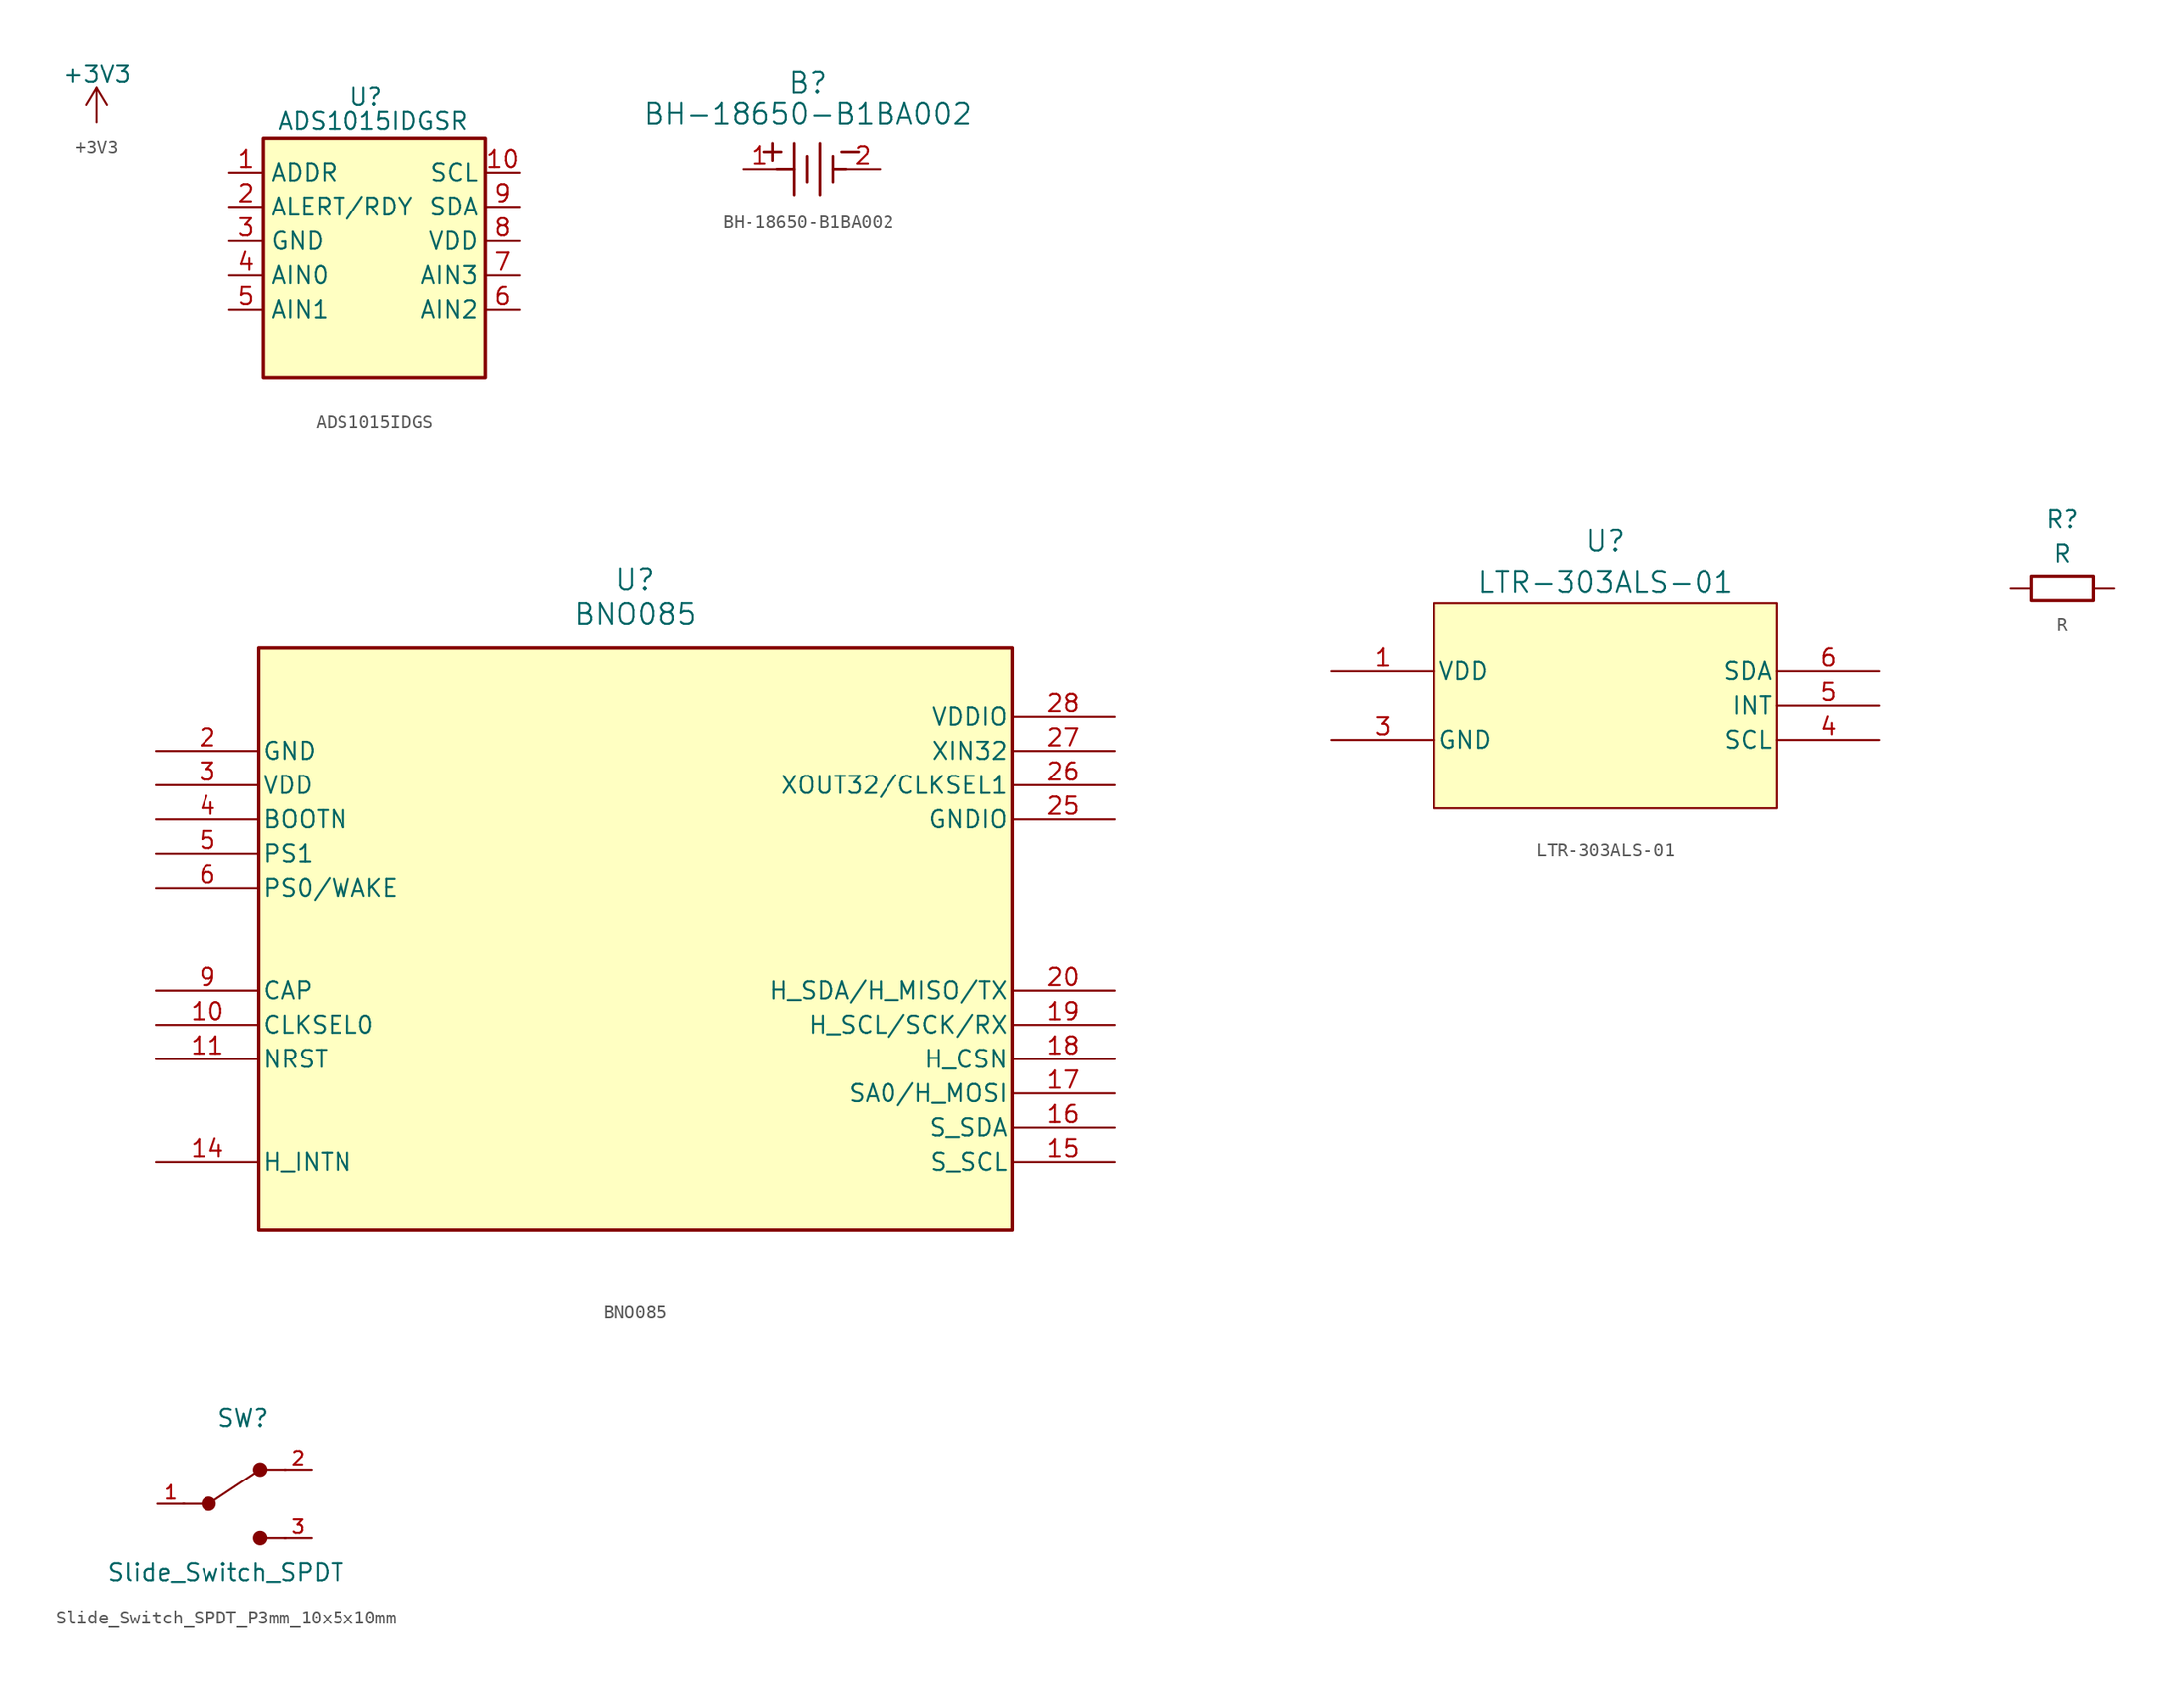
<source format=kicad_sym>
(kicad_symbol_lib
  (version 20231120)
  (generator "kicad_symbol_editor")
  (generator_version "8.0")
  (symbol "+3V3"
    (power)
    (pin_numbers hide)
    (pin_names
      (offset 0) hide)
    (property "Reference" "#PWR"
      (at 0 5.588 0)
      (effects (font (size 1.27 1.27)) (hide yes)))
    (property "Value" "+3V3"
      (at 0 3.556 0)
      (effects (font (size 1.27 1.27))))
    (symbol "+3V3_0_1"
      (polyline (pts (xy -0.762 1.27) (xy 0 2.54)) (stroke (width 0) (type default)) (fill (type none)))
      (polyline (pts (xy 0 0) (xy 0 2.54)) (stroke (width 0) (type default)) (fill (type none)))
      (polyline (pts (xy 0 2.54) (xy 0.762 1.27)) (stroke (width 0) (type default)) (fill (type none))))
    (symbol "+3V3_1_1"
      (pin power_in line (at 0 0 90) (length 0) (name "~" (effects (font (size 1.27 1.27)))) (number "1" (effects (font (size 1.27 1.27)))))))
  (symbol "ADS1015IDGS"
    (property "Reference" "U"
      (at 0 13.208 0)
      (effects (font (size 1.27 1.27))))
    (property "Value" "ADS1015IDGSR"
      (at 0.508 11.43 0)
      (effects (font (size 1.27 1.27))))
    (symbol "ADS1015IDGS_0_1"
      (rectangle (start -7.62 10.16) (end 8.89 -7.62) (stroke (width 0.254) (type default)) (fill (type background))))
    (symbol "ADS1015IDGS_1_1"
      (pin input line (at -10.16 7.62 0) (length 2.54) (name "ADDR" (effects (font (size 1.27 1.27)))) (number "1" (effects (font (size 1.27 1.27)))))
      (pin input line (at 11.43 7.62 180) (length 2.54) (name "SCL" (effects (font (size 1.27 1.27)))) (number "10" (effects (font (size 1.27 1.27)))))
      (pin output line (at -10.16 5.08 0) (length 2.54) (name "ALERT/RDY" (effects (font (size 1.27 1.27)))) (number "2" (effects (font (size 1.27 1.27)))))
      (pin power_in line (at -10.16 2.54 0) (length 2.54) (name "GND" (effects (font (size 1.27 1.27)))) (number "3" (effects (font (size 1.27 1.27)))))
      (pin input line (at -10.16 0 0) (length 2.54) (name "AIN0" (effects (font (size 1.27 1.27)))) (number "4" (effects (font (size 1.27 1.27)))))
      (pin input line (at -10.16 -2.54 0) (length 2.54) (name "AIN1" (effects (font (size 1.27 1.27)))) (number "5" (effects (font (size 1.27 1.27)))))
      (pin input line (at 11.43 -2.54 180) (length 2.54) (name "AIN2" (effects (font (size 1.27 1.27)))) (number "6" (effects (font (size 1.27 1.27)))))
      (pin input line (at 11.43 0 180) (length 2.54) (name "AIN3" (effects (font (size 1.27 1.27)))) (number "7" (effects (font (size 1.27 1.27)))))
      (pin power_in line (at 11.43 2.54 180) (length 2.54) (name "VDD" (effects (font (size 1.27 1.27)))) (number "8" (effects (font (size 1.27 1.27)))))
      (pin bidirectional line (at 11.43 5.08 180) (length 2.54) (name "SDA" (effects (font (size 1.27 1.27)))) (number "9" (effects (font (size 1.27 1.27)))))))
  (symbol "BH-18650-B1BA002"
    (pin_names
      (offset 0.254))
    (property "Reference" "B"
      (at 4.826 6.35 0)
      (effects (font (size 1.524 1.524))))
    (property "Value" "BH-18650-B1BA002"
      (at 4.826 4.064 0)
      (effects (font (size 1.524 1.524))))
    (symbol "BH-18650-B1BA002_0_1"
      (polyline (pts (xy 1.587 1.27) (xy 2.857 1.27)) (stroke (width 0.203) (type default)) (fill (type none)))
      (polyline (pts (xy 2.223 0.635) (xy 2.223 1.905)) (stroke (width 0.203) (type default)) (fill (type none)))
      (polyline (pts (xy 2.54 0) (xy 3.81 0)) (stroke (width 0.203) (type default)) (fill (type none)))
      (polyline (pts (xy 3.81 -1.905) (xy 3.81 1.905)) (stroke (width 0.203) (type default)) (fill (type none)))
      (polyline (pts (xy 4.763 0.953) (xy 4.763 -0.953)) (stroke (width 0.203) (type default)) (fill (type none)))
      (polyline (pts (xy 5.715 -1.905) (xy 5.715 1.905)) (stroke (width 0.203) (type default)) (fill (type none)))
      (polyline (pts (xy 6.668 0) (xy 7.62 0)) (stroke (width 0.203) (type default)) (fill (type none)))
      (polyline (pts (xy 6.668 0.953) (xy 6.668 -0.953)) (stroke (width 0.203) (type default)) (fill (type none)))
      (polyline (pts (xy 7.303 1.27) (xy 8.572 1.27)) (stroke (width 0.203) (type default)) (fill (type none))))
    (symbol "BH-18650-B1BA002_1_1"
      (pin passive line (at 0 0 0) (length 2.54) (name "" (effects (font (size 1.27 1.27)))) (number "1" (effects (font (size 1.27 1.27)))))
      (pin passive line (at 10.16 0 180) (length 2.54) (name "" (effects (font (size 1.27 1.27)))) (number "2" (effects (font (size 1.27 1.27)))))))
  (symbol "BNO085"
    (pin_names
      (offset 0.254))
    (property "Reference" "U"
      (at 35.56 10.16 0)
      (effects (font (size 1.524 1.524))))
    (property "Value" "BNO085"
      (at 35.56 7.62 0)
      (effects (font (size 1.524 1.524))))
    (symbol "BNO085_0_1"
      (rectangle (start 7.62 5.08) (end 63.5 -38.1) (stroke (width 0.254) (type default)) (fill (type background)))
      (pin input line (at 0 -22.86 0) (length 7.62) (name "CLKSEL0" (effects (font (size 1.27 1.27)))) (number "10" (effects (font (size 1.27 1.27)))))
      (pin input line (at 0 -25.4 0) (length 7.62) (name "NRST" (effects (font (size 1.27 1.27)))) (number "11" (effects (font (size 1.27 1.27)))))
      (pin output line (at 0 -33.02 0) (length 7.62) (name "H_INTN" (effects (font (size 1.27 1.27)))) (number "14" (effects (font (size 1.27 1.27)))))
      (pin input line (at 71.12 -27.94 180) (length 7.62) (name "SA0/H_MOSI" (effects (font (size 1.27 1.27)))) (number "17" (effects (font (size 1.27 1.27)))))
      (pin input line (at 71.12 -25.4 180) (length 7.62) (name "H_CSN" (effects (font (size 1.27 1.27)))) (number "18" (effects (font (size 1.27 1.27)))))
      (pin bidirectional line (at 71.12 -22.86 180) (length 7.62) (name "H_SCL/SCK/RX" (effects (font (size 1.27 1.27)))) (number "19" (effects (font (size 1.27 1.27)))))
      (pin bidirectional line (at 71.12 -20.32 180) (length 7.62) (name "H_SDA/H_MISO/TX" (effects (font (size 1.27 1.27)))) (number "20" (effects (font (size 1.27 1.27)))))
      (pin output line (at 71.12 -5.08 180) (length 7.62) (name "XOUT32/CLKSEL1" (effects (font (size 1.27 1.27)))) (number "26" (effects (font (size 1.27 1.27)))))
      (pin input line (at 71.12 -2.54 180) (length 7.62) (name "XIN32" (effects (font (size 1.27 1.27)))) (number "27" (effects (font (size 1.27 1.27)))))
      (pin power_in line (at 71.12 0 180) (length 7.62) (name "VDDIO" (effects (font (size 1.27 1.27)))) (number "28" (effects (font (size 1.27 1.27)))))
      (pin power_in line (at 0 -5.08 0) (length 7.62) (name "VDD" (effects (font (size 1.27 1.27)))) (number "3" (effects (font (size 1.27 1.27)))))
      (pin input line (at 0 -7.62 0) (length 7.62) (name "BOOTN" (effects (font (size 1.27 1.27)))) (number "4" (effects (font (size 1.27 1.27)))))
      (pin input line (at 0 -10.16 0) (length 7.62) (name "PS1" (effects (font (size 1.27 1.27)))) (number "5" (effects (font (size 1.27 1.27)))))
      (pin input line (at 0 -12.7 0) (length 7.62) (name "PS0/WAKE" (effects (font (size 1.27 1.27)))) (number "6" (effects (font (size 1.27 1.27))))))
    (symbol "BNO085_1_1"
      (pin no_connect line (at 0 0 0) (length 7.62) hide (name "RESV_NC" (effects (font (size 1.27 1.27)))) (number "1" (effects (font (size 1.27 1.27)))))
      (pin no_connect line (at 0 -27.94 0) (length 7.62) hide (name "RESV_NC" (effects (font (size 1.27 1.27)))) (number "12" (effects (font (size 1.27 1.27)))))
      (pin no_connect line (at 0 -30.48 0) (length 7.62) hide (name "RESV_NC" (effects (font (size 1.27 1.27)))) (number "13" (effects (font (size 1.27 1.27)))))
      (pin bidirectional line (at 71.12 -33.02 180) (length 7.62) (name "S_SCL" (effects (font (size 1.27 1.27)))) (number "15" (effects (font (size 1.27 1.27)))))
      (pin bidirectional line (at 71.12 -30.48 180) (length 7.62) (name "S_SDA" (effects (font (size 1.27 1.27)))) (number "16" (effects (font (size 1.27 1.27)))))
      (pin power_in line (at 0 -2.54 0) (length 7.62) (name "GND" (effects (font (size 1.27 1.27)))) (number "2" (effects (font (size 1.27 1.27)))))
      (pin no_connect line (at 71.12 -17.78 180) (length 7.62) hide (name "RESV_NC" (effects (font (size 1.27 1.27)))) (number "21" (effects (font (size 1.27 1.27)))))
      (pin no_connect line (at 71.12 -15.24 180) (length 7.62) hide (name "RESV_NC" (effects (font (size 1.27 1.27)))) (number "22" (effects (font (size 1.27 1.27)))))
      (pin no_connect line (at 71.12 -12.7 180) (length 7.62) hide (name "RESV_NC" (effects (font (size 1.27 1.27)))) (number "23" (effects (font (size 1.27 1.27)))))
      (pin no_connect line (at 71.12 -10.16 180) (length 7.62) hide (name "RESV_NC" (effects (font (size 1.27 1.27)))) (number "24" (effects (font (size 1.27 1.27)))))
      (pin power_in line (at 71.12 -7.62 180) (length 7.62) (name "GNDIO" (effects (font (size 1.27 1.27)))) (number "25" (effects (font (size 1.27 1.27)))))
      (pin no_connect line (at 0 -15.24 0) (length 7.62) hide (name "RESV_NC" (effects (font (size 1.27 1.27)))) (number "7" (effects (font (size 1.27 1.27)))))
      (pin no_connect line (at 0 -17.78 0) (length 7.62) hide (name "RESV_NC" (effects (font (size 1.27 1.27)))) (number "8" (effects (font (size 1.27 1.27)))))
      (pin power_out line (at 0 -20.32 0) (length 7.62) (name "CAP" (effects (font (size 1.27 1.27)))) (number "9" (effects (font (size 1.27 1.27)))))))
  (symbol "LTR-303ALS-01"
    (pin_names
      (offset 0.254))
    (property "Reference" "U"
      (at 20.32 9.652 0)
      (effects (font (size 1.524 1.524))))
    (property "Value" "LTR-303ALS-01"
      (at 20.32 6.604 0)
      (effects (font (size 1.524 1.524))))
    (symbol "LTR-303ALS-01_0_1"
      (rectangle (start 7.62 5.08) (end 33.02 -10.16) (stroke (width 0) (type default)) (fill (type background)))
      (pin power_in line (at 0 0 0) (length 7.62) (name "VDD" (effects (font (size 1.27 1.27)))) (number "1" (effects (font (size 1.27 1.27)))))
      (pin no_connect line (at 0 -2.54 0) (length 7.62) hide (name "NC" (effects (font (size 1.27 1.27)))) (number "2" (effects (font (size 1.27 1.27)))))
      (pin input line (at 40.64 -5.08 180) (length 7.62) (name "SCL" (effects (font (size 1.27 1.27)))) (number "4" (effects (font (size 1.27 1.27)))))
      (pin output line (at 40.64 -2.54 180) (length 7.62) (name "INT" (effects (font (size 1.27 1.27)))) (number "5" (effects (font (size 1.27 1.27)))))
      (pin bidirectional line (at 40.64 0 180) (length 7.62) (name "SDA" (effects (font (size 1.27 1.27)))) (number "6" (effects (font (size 1.27 1.27))))))
    (symbol "LTR-303ALS-01_1_1"
      (pin power_in line (at 0 -5.08 0) (length 7.62) (name "GND" (effects (font (size 1.27 1.27)))) (number "3" (effects (font (size 1.27 1.27)))))))
  (symbol "R"
    (property "Reference" "R"
      (at 0 5.08 0)
      (effects (font (size 1.27 1.27))))
    (property "Value" "R"
      (at 0 2.54 0)
      (effects (font (size 1.27 1.27))))
    (symbol "R_0_1"
      (rectangle (start -2.286 0.889) (end 2.286 -0.889) (stroke (width 0.24) (type default)) (fill (type none))))
    (symbol "R_1_1"
      (pin passive line (at -3.81 0 0) (length 1.5) (name "" (effects (font (size 1.27 1.27)))) (number "1" (effects (font (size 0 0)))))
      (pin passive line (at 3.81 0 180) (length 1.5) (name "~" (effects (font (size 1.27 1.27)))) (number "2" (effects (font (size 0 0)))))))
  (symbol "Slide_Switch_SPDT_P3mm_10x5x10mm"
    (property "Reference" "SW"
      (at 0 6.35 0)
      (effects (font (size 1.27 1.27))))
    (property "Value" "Slide_Switch_SPDT"
      (at -1.27 -5.08 0)
      (effects (font (size 1.27 1.27))))
    (symbol "Slide_Switch_SPDT_P3mm_10x5x10mm_0_1"
      (circle (center -2.54 0) (radius 0.458) (stroke (width 0) (type default)) (fill (type outline)))
      (polyline (pts (xy -4.445 0) (xy -3.048 0)) (stroke (width 0) (type default)) (fill (type none)))
      (polyline (pts (xy -2.54 0) (xy 1.27 2.54)) (stroke (width 0) (type default)) (fill (type none)))
      (polyline (pts (xy 1.778 -2.54) (xy 3.175 -2.54)) (stroke (width 0) (type default)) (fill (type none)))
      (polyline (pts (xy 1.778 2.54) (xy 3.175 2.54)) (stroke (width 0) (type default)) (fill (type none)))
      (circle (center 1.27 -2.54) (radius 0.458) (stroke (width 0) (type default)) (fill (type outline)))
      (circle (center 1.27 2.54) (radius 0.458) (stroke (width 0) (type default)) (fill (type outline))))
    (symbol "Slide_Switch_SPDT_P3mm_10x5x10mm_1_1"
      (pin passive line (at -6.35 0 0) (length 2) (name "" (effects (font (size 1.27 1.27)))) (number "1" (effects (font (size 1 1)))))
      (pin passive line (at 5.08 2.54 180) (length 2) (name "" (effects (font (size 1.27 1.27)))) (number "2" (effects (font (size 1 1)))))
      (pin passive line (at 5.08 -2.54 180) (length 2) (name "" (effects (font (size 1.27 1.27)))) (number "3" (effects (font (size 1 1))))))))
</source>
